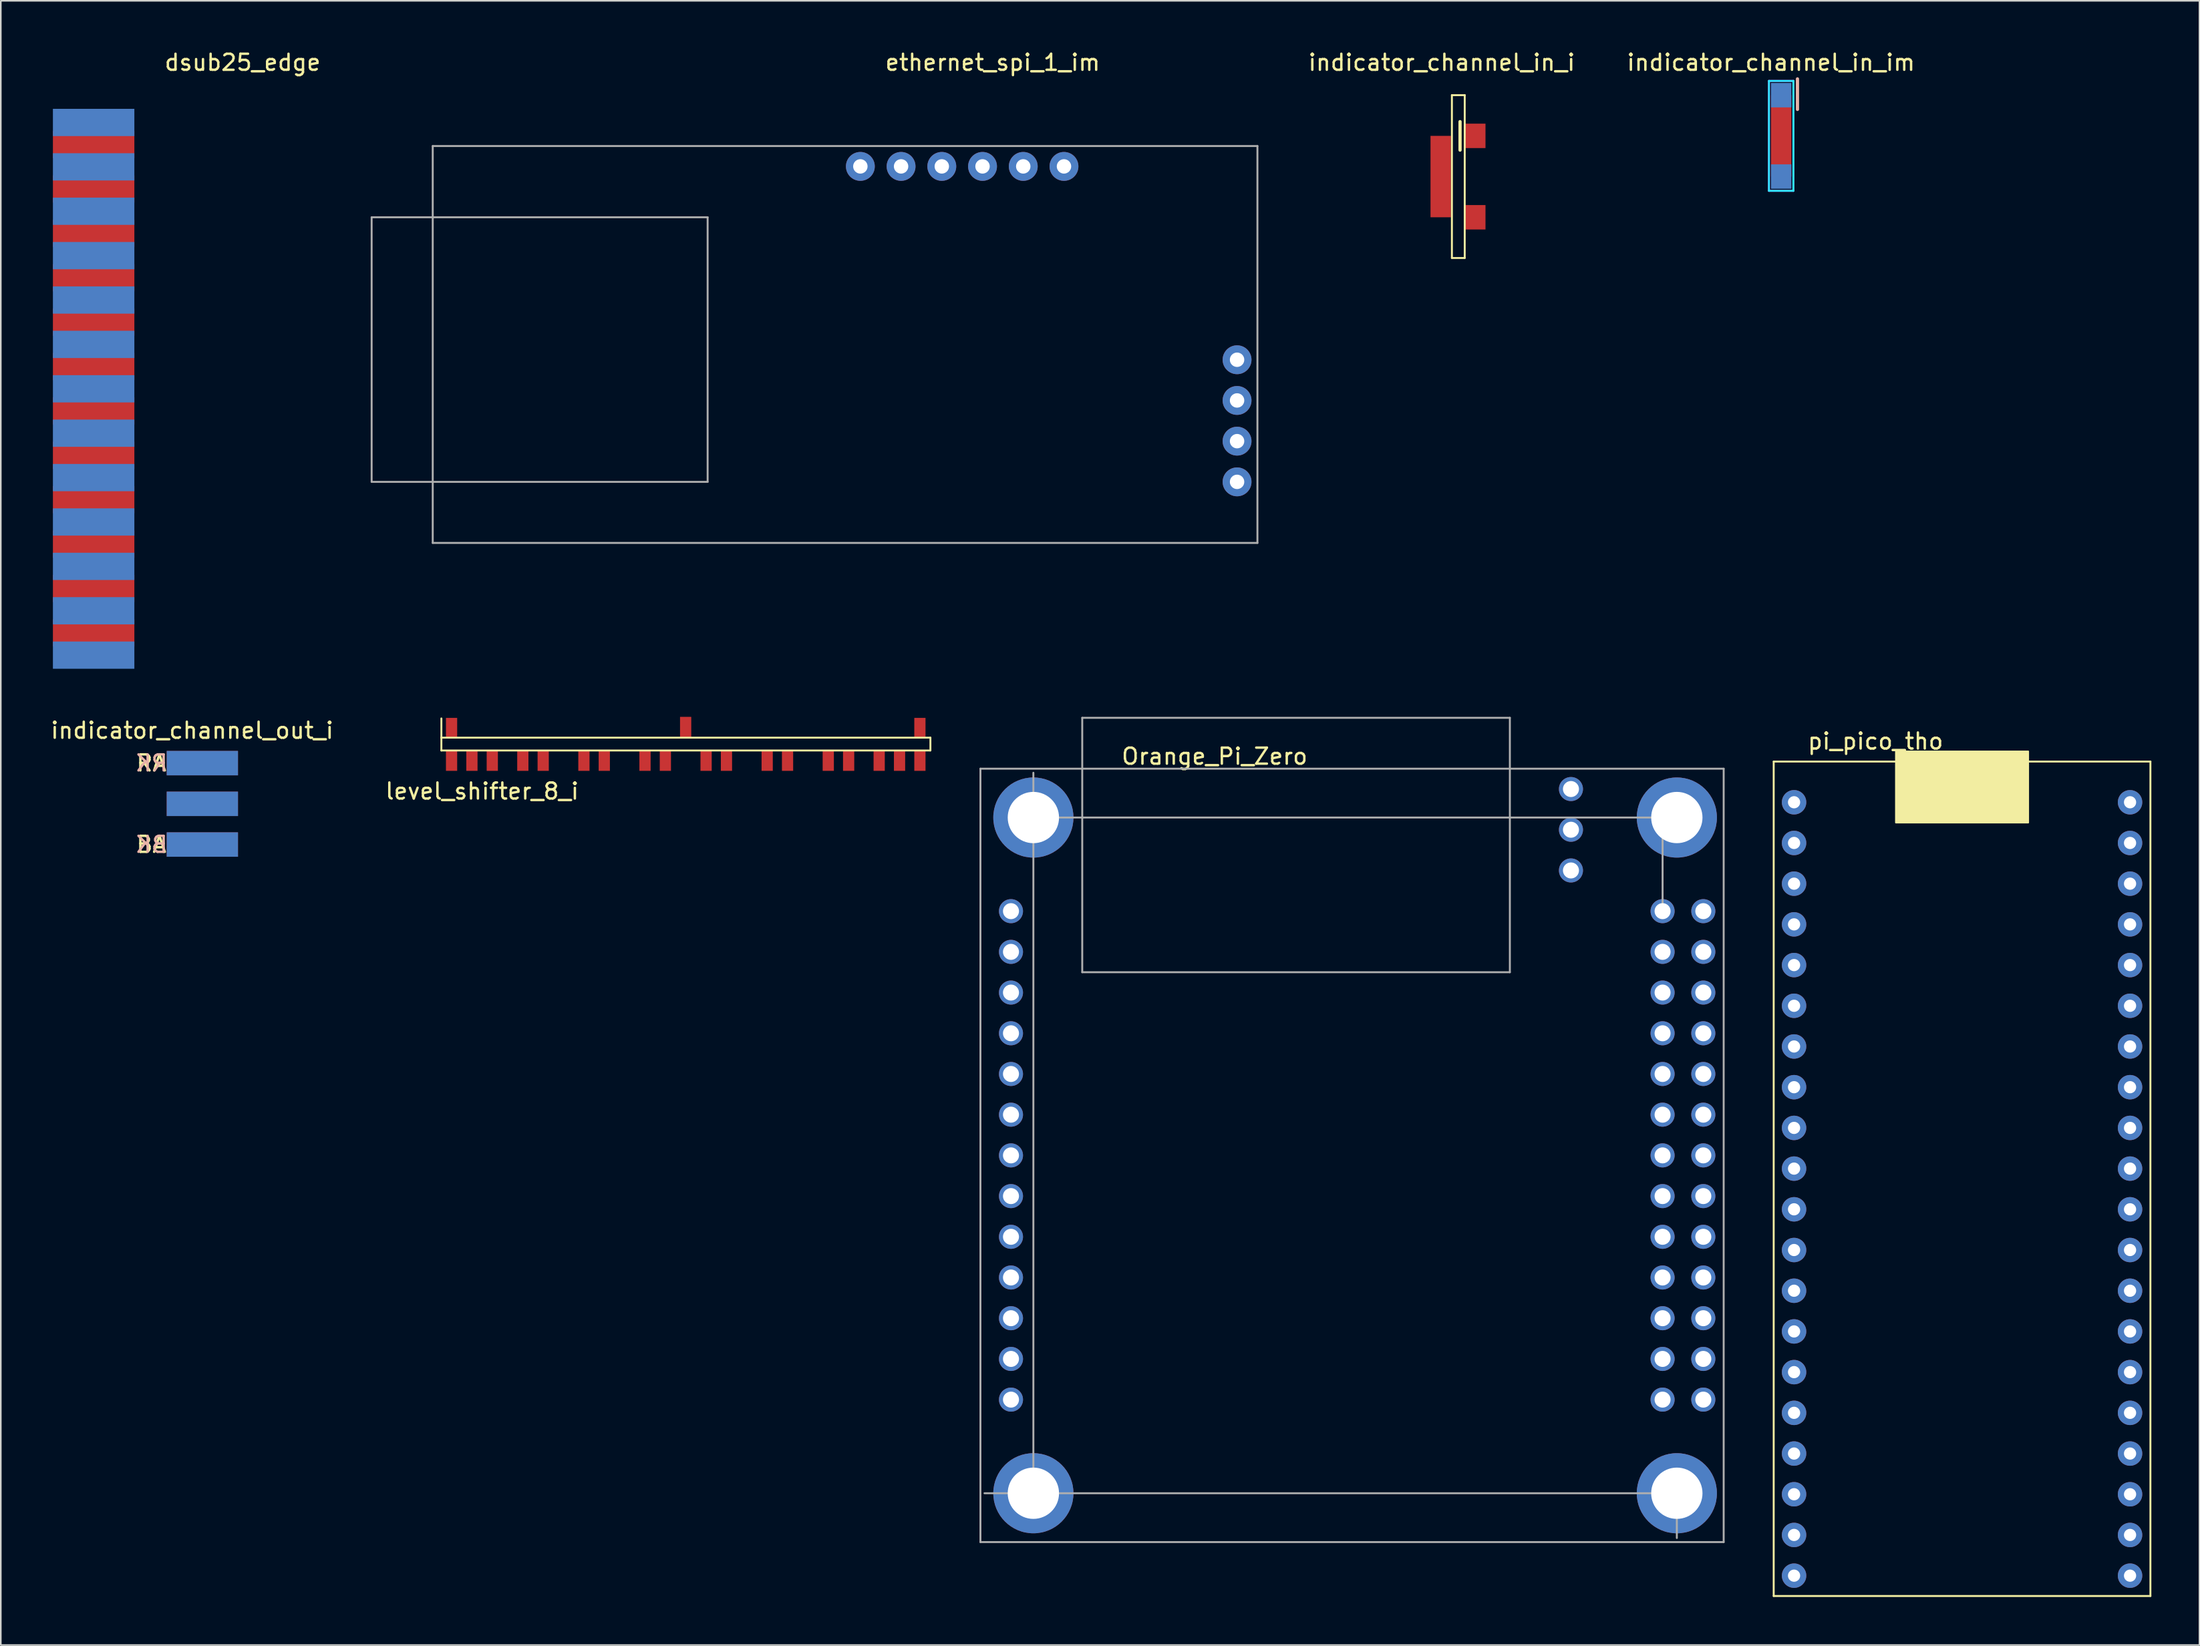
<source format=kicad_pcb>
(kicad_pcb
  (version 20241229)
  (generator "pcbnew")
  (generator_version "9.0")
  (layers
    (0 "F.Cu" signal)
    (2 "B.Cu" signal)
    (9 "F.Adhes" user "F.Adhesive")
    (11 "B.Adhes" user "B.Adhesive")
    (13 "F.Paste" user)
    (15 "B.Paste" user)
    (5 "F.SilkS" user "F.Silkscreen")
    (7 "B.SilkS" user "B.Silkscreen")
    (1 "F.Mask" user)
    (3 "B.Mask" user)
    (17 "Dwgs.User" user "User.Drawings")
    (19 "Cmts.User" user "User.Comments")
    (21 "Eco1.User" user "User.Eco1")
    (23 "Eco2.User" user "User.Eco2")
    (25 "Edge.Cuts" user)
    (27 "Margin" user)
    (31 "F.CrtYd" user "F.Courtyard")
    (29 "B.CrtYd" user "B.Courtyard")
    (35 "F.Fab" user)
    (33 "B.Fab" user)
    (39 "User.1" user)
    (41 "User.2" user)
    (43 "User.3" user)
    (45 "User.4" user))
  (footprint "indicator_channel_out_i"
    (layer "F.Cu")
    (at 8.935 42.029)
    (property "Reference" "indicator_channel_out_i" (at 0 0.5 0) (layer "F.SilkS") (effects (font (size 1 1) (thickness 0.15))))
    (attr through_hole)
    (fp_text user "RA" (at -2.54 2.54 0) (layer "F.SilkS") (effects (font (size 1 1) (thickness 0.15))))
    (fp_text user "BA" (at -2.54 7.62 0) (layer "F.SilkS") (effects (font (size 1 1) (thickness 0.15))))
    (fp_text user "RK" (at -2.54 2.54 0) (layer "B.SilkS") (effects (font (size 1 1) (thickness 0.15)) (justify mirror)))
    (fp_text user "BK" (at -2.54 7.62 0) (layer "B.SilkS") (effects (font (size 1 1) (thickness 0.15)) (justify mirror)))
    (pad "1" smd rect (at 0.635 2.54) (size 4.445 1.524) (layers "F.Cu" "F.Mask" "F.Paste"))
    (pad "2" smd rect (at 0.635 2.54) (size 4.445 1.524) (layers "B.Cu" "B.Mask" "B.Paste"))
    (pad "3" smd rect (at 0.635 7.62) (size 4.445 1.524) (layers "F.Cu" "F.Mask" "F.Paste"))
    (pad "4" smd rect (at 0.635 7.62) (size 4.445 1.524) (layers "B.Cu" "B.Mask" "B.Paste"))
    (pad "5" smd rect (at 0.635 5.08) (size 4.445 1.524) (layers "F.Cu" "F.Mask" "F.Paste"))
    (pad "6" smd rect (at 0.635 5.08) (size 4.445 1.524) (layers "B.Cu" "B.Mask" "B.Paste")))
  (footprint "pi_pico_tho"
    (layer "F.Cu")
    (at 113.923 41.931)
    (property "Reference" "pi_pico_tho" (at 0 1.27 0) (layer "F.SilkS") (effects (font (size 1 1) (thickness 0.15))))
    (attr through_hole)
    (fp_line (start -6.35 2.54) (end 17.145 2.54) (stroke (width 0.12) (type solid)) (layer "F.SilkS"))
    (fp_line (start -6.35 54.61) (end -6.35 2.54) (stroke (width 0.12) (type solid)) (layer "F.SilkS"))
    (fp_line (start 17.145 2.54) (end 17.145 54.61) (stroke (width 0.12) (type solid)) (layer "F.SilkS"))
    (fp_line (start 17.145 54.61) (end -6.35 54.61) (stroke (width 0.12) (type solid)) (layer "F.SilkS"))
    (fp_poly (pts (xy 9.525 6.35) (xy 1.27 6.35) (xy 1.27 1.905) (xy 9.525 1.905)) (stroke (width 0.1) (type solid)) (fill yes) (layer "F.SilkS"))
    (pad "1" thru_hole circle (at -5.08 5.08) (size 1.524 1.524) (drill 0.762) (layers "*.Cu" "*.Mask"))
    (pad "2" thru_hole circle (at -5.08 7.62) (size 1.524 1.524) (drill 0.762) (layers "*.Cu" "*.Mask"))
    (pad "3" thru_hole circle (at -5.08 10.16) (size 1.524 1.524) (drill 0.762) (layers "*.Cu" "*.Mask"))
    (pad "4" thru_hole circle (at -5.08 12.7) (size 1.524 1.524) (drill 0.762) (layers "*.Cu" "*.Mask"))
    (pad "5" thru_hole circle (at -5.08 15.24) (size 1.524 1.524) (drill 0.762) (layers "*.Cu" "*.Mask"))
    (pad "6" thru_hole circle (at -5.08 17.78) (size 1.524 1.524) (drill 0.762) (layers "*.Cu" "*.Mask"))
    (pad "7" thru_hole circle (at -5.08 20.32) (size 1.524 1.524) (drill 0.762) (layers "*.Cu" "*.Mask"))
    (pad "8" thru_hole circle (at -5.08 22.86) (size 1.524 1.524) (drill 0.762) (layers "*.Cu" "*.Mask"))
    (pad "9" thru_hole circle (at -5.08 25.4) (size 1.524 1.524) (drill 0.762) (layers "*.Cu" "*.Mask"))
    (pad "10" thru_hole circle (at -5.08 27.94) (size 1.524 1.524) (drill 0.762) (layers "*.Cu" "*.Mask"))
    (pad "11" thru_hole circle (at -5.08 30.48) (size 1.524 1.524) (drill 0.762) (layers "*.Cu" "*.Mask"))
    (pad "12" thru_hole circle (at -5.08 33.02) (size 1.524 1.524) (drill 0.762) (layers "*.Cu" "*.Mask"))
    (pad "13" thru_hole circle (at -5.08 35.56) (size 1.524 1.524) (drill 0.762) (layers "*.Cu" "*.Mask"))
    (pad "14" thru_hole circle (at -5.08 38.1) (size 1.524 1.524) (drill 0.762) (layers "*.Cu" "*.Mask"))
    (pad "15" thru_hole circle (at -5.08 40.64) (size 1.524 1.524) (drill 0.762) (layers "*.Cu" "*.Mask"))
    (pad "16" thru_hole circle (at -5.08 43.18) (size 1.524 1.524) (drill 0.762) (layers "*.Cu" "*.Mask"))
    (pad "17" thru_hole circle (at -5.08 45.72) (size 1.524 1.524) (drill 0.762) (layers "*.Cu" "*.Mask"))
    (pad "18" thru_hole circle (at -5.08 48.26) (size 1.524 1.524) (drill 0.762) (layers "*.Cu" "*.Mask"))
    (pad "19" thru_hole circle (at -5.08 50.8) (size 1.524 1.524) (drill 0.762) (layers "*.Cu" "*.Mask"))
    (pad "20" thru_hole circle (at -5.08 53.34) (size 1.524 1.524) (drill 0.762) (layers "*.Cu" "*.Mask"))
    (pad "21" thru_hole circle (at 15.875 53.34) (size 1.524 1.524) (drill 0.762) (layers "*.Cu" "*.Mask"))
    (pad "22" thru_hole circle (at 15.875 50.8) (size 1.524 1.524) (drill 0.762) (layers "*.Cu" "*.Mask"))
    (pad "23" thru_hole circle (at 15.875 48.26) (size 1.524 1.524) (drill 0.762) (layers "*.Cu" "*.Mask"))
    (pad "24" thru_hole circle (at 15.875 45.72) (size 1.524 1.524) (drill 0.762) (layers "*.Cu" "*.Mask"))
    (pad "25" thru_hole circle (at 15.875 43.18) (size 1.524 1.524) (drill 0.762) (layers "*.Cu" "*.Mask"))
    (pad "26" thru_hole circle (at 15.875 40.64) (size 1.524 1.524) (drill 0.762) (layers "*.Cu" "*.Mask"))
    (pad "27" thru_hole circle (at 15.875 38.1) (size 1.524 1.524) (drill 0.762) (layers "*.Cu" "*.Mask"))
    (pad "28" thru_hole circle (at 15.875 35.56) (size 1.524 1.524) (drill 0.762) (layers "*.Cu" "*.Mask"))
    (pad "29" thru_hole circle (at 15.875 33.02) (size 1.524 1.524) (drill 0.762) (layers "*.Cu" "*.Mask"))
    (pad "30" thru_hole circle (at 15.875 30.48) (size 1.524 1.524) (drill 0.762) (layers "*.Cu" "*.Mask"))
    (pad "31" thru_hole circle (at 15.875 27.94) (size 1.524 1.524) (drill 0.762) (layers "*.Cu" "*.Mask"))
    (pad "32" thru_hole circle (at 15.875 25.4) (size 1.524 1.524) (drill 0.762) (layers "*.Cu" "*.Mask"))
    (pad "33" thru_hole circle (at 15.875 22.86) (size 1.524 1.524) (drill 0.762) (layers "*.Cu" "*.Mask"))
    (pad "34" thru_hole circle (at 15.875 20.32) (size 1.524 1.524) (drill 0.762) (layers "*.Cu" "*.Mask"))
    (pad "35" thru_hole circle (at 15.875 15.24) (size 1.524 1.524) (drill 0.762) (layers "*.Cu" "*.Mask"))
    (pad "36" thru_hole circle (at 15.875 17.78) (size 1.524 1.524) (drill 0.762) (layers "*.Cu" "*.Mask"))
    (pad "37" thru_hole circle (at 15.875 12.7) (size 1.524 1.524) (drill 0.762) (layers "*.Cu" "*.Mask"))
    (pad "38" thru_hole circle (at 15.875 10.16) (size 1.524 1.524) (drill 0.762) (layers "*.Cu" "*.Mask"))
    (pad "39" thru_hole circle (at 15.875 7.62) (size 1.524 1.524) (drill 0.762) (layers "*.Cu" "*.Mask"))
    (pad "40" thru_hole circle (at 15.875 5.08) (size 1.524 1.524) (drill 0.762) (layers "*.Cu" "*.Mask")))
  (footprint "indicator_channel_in_i"
    (layer "F.Cu")
    (at 86.868 0.348)
    (property "Reference" "indicator_channel_in_i" (at 0 0.5 0) (layer "F.SilkS") (effects (font (size 1 1) (thickness 0.15))))
    (attr through_hole)
    (fp_line (start 0.635 2.54) (end 0.635 12.7) (stroke (width 0.12) (type solid)) (layer "F.SilkS"))
    (fp_line (start 0.635 2.54) (end 1.435 2.54) (stroke (width 0.12) (type solid)) (layer "F.SilkS"))
    (fp_line (start 0.635 12.7) (end 1.435 12.7) (stroke (width 0.12) (type solid)) (layer "F.SilkS"))
    (fp_line (start 1.143 5.969) (end 1.143 4.191) (stroke (width 0.2) (type solid)) (layer "F.SilkS"))
    (fp_line (start 1.435 12.7) (end 1.435 2.54) (stroke (width 0.12) (type solid)) (layer "F.SilkS"))
    (pad "1" smd rect (at 2.095 5.08) (size 1.27 1.524) (layers "F.Cu" "F.Mask" "F.Paste"))
    (pad "2" smd rect (at 2.095 10.16) (size 1.27 1.524) (layers "F.Cu" "F.Mask" "F.Paste"))
    (pad "3" smd rect (at -0.064 7.62) (size 1.27 5.08) (layers "F.Cu" "F.Mask" "F.Paste")))
  (footprint "level_shifter_8_i"
    (layer "F.Cu")
    (at 25.113 44.416)
    (property "Reference" "level_shifter_8_i" (at 1.905 1.905 0) (layer "F.SilkS") (effects (font (size 1 1) (thickness 0.15))))
    (attr through_hole)
    (fp_line (start -0.635 -1.435) (end -0.635 -2.635) (stroke (width 0.12) (type solid)) (layer "F.SilkS"))
    (fp_line (start -0.635 -1.435) (end 29.865 -1.435) (stroke (width 0.12) (type solid)) (layer "F.SilkS"))
    (fp_line (start -0.635 -0.635) (end -0.635 -1.435) (stroke (width 0.12) (type solid)) (layer "F.SilkS"))
    (fp_line (start -0.635 -0.635) (end 29.845 -0.635) (stroke (width 0.12) (type solid)) (layer "F.SilkS"))
    (fp_line (start 29.865 -1.435) (end 29.865 -0.635) (stroke (width 0.12) (type solid)) (layer "F.SilkS"))
    (pad "1" smd rect (at 0 0) (size 0.7 1.27) (layers "F.Cu" "F.Mask" "F.Paste"))
    (pad "1" smd rect (at 29.21 0) (size 0.7 1.27) (layers "F.Cu" "F.Mask" "F.Paste"))
    (pad "2" smd rect (at 0 -2.035) (size 0.7 1.27) (layers "F.Cu" "F.Mask" "F.Paste"))
    (pad "2" smd rect (at 29.21 -2.035) (size 0.7 1.27) (layers "F.Cu" "F.Mask" "F.Paste"))
    (pad "3" smd rect (at 1.27 0) (size 0.7 1.27) (layers "F.Cu" "F.Mask" "F.Paste"))
    (pad "4" smd rect (at 2.54 0) (size 0.7 1.27) (layers "F.Cu" "F.Mask" "F.Paste"))
    (pad "5" smd rect (at 4.445 0) (size 0.7 1.27) (layers "F.Cu" "F.Mask" "F.Paste"))
    (pad "6" smd rect (at 5.715 0) (size 0.7 1.27) (layers "F.Cu" "F.Mask" "F.Paste"))
    (pad "7" smd rect (at 8.255 0) (size 0.7 1.27) (layers "F.Cu" "F.Mask" "F.Paste"))
    (pad "8" smd rect (at 9.525 0) (size 0.7 1.27) (layers "F.Cu" "F.Mask" "F.Paste"))
    (pad "9" smd rect (at 12.065 0) (size 0.7 1.27) (layers "F.Cu" "F.Mask" "F.Paste"))
    (pad "10" smd rect (at 13.335 0) (size 0.7 1.27) (layers "F.Cu" "F.Mask" "F.Paste"))
    (pad "11" smd rect (at 15.875 0) (size 0.7 1.27) (layers "F.Cu" "F.Mask" "F.Paste"))
    (pad "12" smd rect (at 17.145 0) (size 0.7 1.27) (layers "F.Cu" "F.Mask" "F.Paste"))
    (pad "13" smd rect (at 19.685 0) (size 0.7 1.27) (layers "F.Cu" "F.Mask" "F.Paste"))
    (pad "14" smd rect (at 20.955 0) (size 0.7 1.27) (layers "F.Cu" "F.Mask" "F.Paste"))
    (pad "15" smd rect (at 23.495 0) (size 0.7 1.27) (layers "F.Cu" "F.Mask" "F.Paste"))
    (pad "16" smd rect (at 24.765 0) (size 0.7 1.27) (layers "F.Cu" "F.Mask" "F.Paste"))
    (pad "17" smd rect (at 26.67 0) (size 0.7 1.27) (layers "F.Cu" "F.Mask" "F.Paste"))
    (pad "18" smd rect (at 27.94 0) (size 0.7 1.27) (layers "F.Cu" "F.Mask" "F.Paste"))
    (pad "19" smd rect (at 14.6 -2.1) (size 0.7 1.27) (layers "F.Cu" "F.Mask" "F.Paste")))
  (footprint "indicator_channel_in_im"
    (layer "F.Cu")
    (at 107.404 0.348)
    (property "Reference" "indicator_channel_in_im" (at 0 0.5 0) (layer "F.SilkS") (effects (font (size 1 1) (thickness 0.15))))
    (attr through_hole)
    (fp_line (start 1.651 1.524) (end 1.651 3.429) (stroke (width 0.2) (type solid)) (layer "B.SilkS"))
    (fp_line (start -0.127 1.651) (end 1.397 1.651) (stroke (width 0.12) (type solid)) (layer "B.CrtYd"))
    (fp_line (start -0.127 8.509) (end -0.127 1.651) (stroke (width 0.12) (type solid)) (layer "B.CrtYd"))
    (fp_line (start 1.397 1.651) (end 1.397 8.509) (stroke (width 0.12) (type solid)) (layer "B.CrtYd"))
    (fp_line (start 1.397 8.509) (end -0.127 8.509) (stroke (width 0.12) (type solid)) (layer "B.CrtYd"))
    (fp_line (start -0.127 1.651) (end 1.397 1.651) (stroke (width 0.12) (type solid)) (layer "F.CrtYd"))
    (fp_line (start -0.127 8.509) (end -0.127 1.651) (stroke (width 0.12) (type solid)) (layer "F.CrtYd"))
    (fp_line (start 1.397 1.651) (end 1.397 8.509) (stroke (width 0.12) (type solid)) (layer "F.CrtYd"))
    (fp_line (start 1.397 8.509) (end -0.127 8.509) (stroke (width 0.12) (type solid)) (layer "F.CrtYd"))
    (pad "1" smd rect (at 0.635 2.54) (size 1.27 1.524) (layers "B.Cu" "B.Mask" "B.Paste"))
    (pad "2" smd rect (at 0.635 7.62) (size 1.27 1.524) (layers "B.Cu" "B.Mask" "B.Paste"))
    (pad "3" smd rect (at 0.635 5.08) (size 1.27 5.08) (layers "F.Cu" "F.Mask" "F.Paste")))
  (footprint "dsub25_edge"
    (layer "F.Cu")
    (at 0.25 2.101)
    (property "Reference" "dsub25_edge" (at 11.836 -1.253 0) (layer "F.SilkS") (effects (font (size 1 1) (thickness 0.15))))
    (attr through_hole)
    (pad "1" smd rect (at 2.54 2.49) (size 5.08 1.7) (layers "B.Cu" "B.Mask" "B.Paste"))
    (pad "2" smd rect (at 2.54 5.26) (size 5.08 1.7) (layers "B.Cu" "B.Mask" "B.Paste"))
    (pad "3" smd rect (at 2.54 8.03) (size 5.08 1.7) (layers "B.Cu" "B.Mask" "B.Paste"))
    (pad "4" smd rect (at 2.54 10.8) (size 5.08 1.7) (layers "B.Cu" "B.Mask" "B.Paste"))
    (pad "5" smd rect (at 2.54 13.57) (size 5.08 1.7) (layers "B.Cu" "B.Mask" "B.Paste"))
    (pad "6" smd rect (at 2.54 16.34) (size 5.08 1.7) (layers "B.Cu" "B.Mask" "B.Paste"))
    (pad "7" smd rect (at 2.54 19.11) (size 5.08 1.7) (layers "B.Cu" "B.Mask" "B.Paste"))
    (pad "8" smd rect (at 2.54 21.88) (size 5.08 1.7) (layers "B.Cu" "B.Mask" "B.Paste"))
    (pad "9" smd rect (at 2.54 24.65) (size 5.08 1.7) (layers "B.Cu" "B.Mask" "B.Paste"))
    (pad "10" smd rect (at 2.54 27.42) (size 5.08 1.7) (layers "B.Cu" "B.Mask" "B.Paste"))
    (pad "11" smd rect (at 2.54 30.19) (size 5.08 1.7) (layers "B.Cu" "B.Mask" "B.Paste"))
    (pad "12" smd rect (at 2.54 32.96) (size 5.08 1.7) (layers "B.Cu" "B.Mask" "B.Paste"))
    (pad "13" smd rect (at 2.54 35.73) (size 5.08 1.7) (layers "B.Cu" "B.Mask" "B.Paste"))
    (pad "14" smd rect (at 2.54 3.87) (size 5.08 1.7) (layers "F.Cu" "F.Mask" "F.Paste"))
    (pad "15" smd rect (at 2.54 6.64) (size 5.08 1.7) (layers "F.Cu" "F.Mask" "F.Paste"))
    (pad "16" smd rect (at 2.54 9.41) (size 5.08 1.7) (layers "F.Cu" "F.Mask" "F.Paste"))
    (pad "17" smd rect (at 2.54 12.18) (size 5.08 1.7) (layers "F.Cu" "F.Mask" "F.Paste"))
    (pad "18" smd rect (at 2.54 14.95) (size 5.08 1.7) (layers "F.Cu" "F.Mask" "F.Paste"))
    (pad "19" smd rect (at 2.54 17.72) (size 5.08 1.7) (layers "F.Cu" "F.Mask" "F.Paste"))
    (pad "20" smd rect (at 2.54 20.49) (size 5.08 1.7) (layers "F.Cu" "F.Mask" "F.Paste"))
    (pad "21" smd rect (at 2.54 23.26) (size 5.08 1.7) (layers "F.Cu" "F.Mask" "F.Paste"))
    (pad "22" smd rect (at 2.54 26.03) (size 5.08 1.7) (layers "F.Cu" "F.Mask" "F.Paste"))
    (pad "23" smd rect (at 2.54 28.8) (size 5.08 1.7) (layers "F.Cu" "F.Mask" "F.Paste"))
    (pad "24" smd rect (at 2.54 31.57) (size 5.08 1.7) (layers "F.Cu" "F.Mask" "F.Paste"))
    (pad "25" smd rect (at 2.54 34.34) (size 5.08 1.7) (layers "F.Cu" "F.Mask" "F.Paste")))
  (footprint "Orange_Pi_Zero"
    (layer "F.Cu")
    (at 72.703 43.646)
    (property "Reference" "Orange_Pi_Zero" (at 0 0.5 0) (layer "F.SilkS") (effects (font (size 1 1) (thickness 0.15))))
    (attr through_hole)
    (fp_line (start -14.605 1.27) (end -14.605 49.53) (stroke (width 0.12) (type solid)) (layer "F.Fab"))
    (fp_line (start -11.303 4.318) (end -11.303 1.524) (stroke (width 0.12) (type solid)) (layer "F.Fab"))
    (fp_line (start -11.303 4.318) (end -11.303 46.482) (stroke (width 0.12) (type solid)) (layer "F.Fab"))
    (fp_line (start -11.303 46.482) (end -14.351 46.482) (stroke (width 0.12) (type solid)) (layer "F.Fab"))
    (fp_line (start -11.303 46.482) (end 28.829 46.482) (stroke (width 0.12) (type solid)) (layer "F.Fab"))
    (fp_line (start -8.255 -1.905) (end -8.255 13.97) (stroke (width 0.12) (type solid)) (layer "F.Fab"))
    (fp_line (start -8.255 -1.905) (end 18.415 -1.905) (stroke (width 0.12) (type solid)) (layer "F.Fab"))
    (fp_line (start -8.255 13.97) (end 18.415 13.97) (stroke (width 0.12) (type solid)) (layer "F.Fab"))
    (fp_line (start 18.415 -1.905) (end 18.415 13.97) (stroke (width 0.12) (type solid)) (layer "F.Fab"))
    (fp_line (start 27.94 4.318) (end 28.829 4.318) (stroke (width 0.12) (type solid)) (layer "F.Fab"))
    (fp_line (start 27.94 10.16) (end 27.94 4.318) (stroke (width 0.12) (type solid)) (layer "F.Fab"))
    (fp_line (start 28.829 4.318) (end -11.303 4.318) (stroke (width 0.12) (type solid)) (layer "F.Fab"))
    (fp_line (start 28.829 46.482) (end 28.829 49.276) (stroke (width 0.12) (type solid)) (layer "F.Fab"))
    (fp_line (start 31.75 1.27) (end -14.605 1.27) (stroke (width 0.12) (type solid)) (layer "F.Fab"))
    (fp_line (start 31.75 1.27) (end 31.75 49.53) (stroke (width 0.12) (type solid)) (layer "F.Fab"))
    (fp_line (start 31.75 49.53) (end -14.605 49.53) (stroke (width 0.12) (type solid)) (layer "F.Fab"))
    (pad "1" thru_hole circle (at -12.7 10.16) (size 1.5 1.5) (drill 1) (layers "*.Cu" "*.Mask"))
    (pad "2" thru_hole circle (at -12.7 12.7) (size 1.5 1.5) (drill 1) (layers "*.Cu" "*.Mask"))
    (pad "3" thru_hole circle (at -12.7 15.24) (size 1.5 1.5) (drill 1) (layers "*.Cu" "*.Mask"))
    (pad "4" thru_hole circle (at -12.7 17.78) (size 1.5 1.5) (drill 1) (layers "*.Cu" "*.Mask"))
    (pad "5" thru_hole circle (at -12.7 20.32) (size 1.5 1.5) (drill 1) (layers "*.Cu" "*.Mask"))
    (pad "6" thru_hole circle (at -12.7 22.86) (size 1.5 1.5) (drill 1) (layers "*.Cu" "*.Mask"))
    (pad "7" thru_hole circle (at -12.7 25.4) (size 1.5 1.5) (drill 1) (layers "*.Cu" "*.Mask"))
    (pad "8" thru_hole circle (at -12.7 27.94) (size 1.5 1.5) (drill 1) (layers "*.Cu" "*.Mask"))
    (pad "9" thru_hole circle (at -12.7 30.48) (size 1.5 1.5) (drill 1) (layers "*.Cu" "*.Mask"))
    (pad "10" thru_hole circle (at -12.7 33.02) (size 1.5 1.5) (drill 1) (layers "*.Cu" "*.Mask"))
    (pad "11" thru_hole circle (at -12.7 35.56) (size 1.5 1.5) (drill 1) (layers "*.Cu" "*.Mask"))
    (pad "12" thru_hole circle (at -12.7 38.1) (size 1.5 1.5) (drill 1) (layers "*.Cu" "*.Mask"))
    (pad "13" thru_hole circle (at -12.7 40.64) (size 1.5 1.5) (drill 1) (layers "*.Cu" "*.Mask"))
    (pad "14" thru_hole circle (at 22.225 2.54) (size 1.5 1.5) (drill 1) (layers "*.Cu" "*.Mask"))
    (pad "15" thru_hole circle (at 22.225 5.08) (size 1.5 1.5) (drill 1) (layers "*.Cu" "*.Mask"))
    (pad "16" thru_hole circle (at 22.225 7.62) (size 1.5 1.5) (drill 1) (layers "*.Cu" "*.Mask"))
    (pad "17" thru_hole circle (at 27.94 10.16) (size 1.5 1.5) (drill 1) (layers "*.Cu" "*.Mask"))
    (pad "18" thru_hole circle (at 27.94 12.7) (size 1.5 1.5) (drill 1) (layers "*.Cu" "*.Mask"))
    (pad "19" thru_hole circle (at 27.94 15.24) (size 1.5 1.5) (drill 1) (layers "*.Cu" "*.Mask"))
    (pad "20" thru_hole circle (at 27.94 17.78) (size 1.5 1.5) (drill 1) (layers "*.Cu" "*.Mask"))
    (pad "21" thru_hole circle (at 27.94 20.32) (size 1.5 1.5) (drill 1) (layers "*.Cu" "*.Mask"))
    (pad "22" thru_hole circle (at 27.94 22.86) (size 1.5 1.5) (drill 1) (layers "*.Cu" "*.Mask"))
    (pad "23" thru_hole circle (at 27.94 25.4) (size 1.5 1.5) (drill 1) (layers "*.Cu" "*.Mask"))
    (pad "24" thru_hole circle (at 27.94 27.94) (size 1.5 1.5) (drill 1) (layers "*.Cu" "*.Mask"))
    (pad "25" thru_hole circle (at 27.94 30.48) (size 1.5 1.5) (drill 1) (layers "*.Cu" "*.Mask"))
    (pad "26" thru_hole circle (at 27.94 33.02) (size 1.5 1.5) (drill 1) (layers "*.Cu" "*.Mask"))
    (pad "27" thru_hole circle (at 27.94 35.56) (size 1.5 1.5) (drill 1) (layers "*.Cu" "*.Mask"))
    (pad "28" thru_hole circle (at 27.94 38.1) (size 1.5 1.5) (drill 1) (layers "*.Cu" "*.Mask"))
    (pad "29" thru_hole circle (at 27.94 40.64) (size 1.5 1.5) (drill 1) (layers "*.Cu" "*.Mask"))
    (pad "30" thru_hole circle (at 30.48 10.16) (size 1.5 1.5) (drill 1) (layers "*.Cu" "*.Mask"))
    (pad "31" thru_hole circle (at 30.48 12.7) (size 1.5 1.5) (drill 1) (layers "*.Cu" "*.Mask"))
    (pad "32" thru_hole circle (at 30.48 15.24) (size 1.5 1.5) (drill 1) (layers "*.Cu" "*.Mask"))
    (pad "33" thru_hole circle (at 30.48 17.78) (size 1.5 1.5) (drill 1) (layers "*.Cu" "*.Mask"))
    (pad "34" thru_hole circle (at 30.48 20.32) (size 1.5 1.5) (drill 1) (layers "*.Cu" "*.Mask"))
    (pad "35" thru_hole circle (at 30.48 22.86) (size 1.5 1.5) (drill 1) (layers "*.Cu" "*.Mask"))
    (pad "36" thru_hole circle (at 30.48 25.4) (size 1.5 1.5) (drill 1) (layers "*.Cu" "*.Mask"))
    (pad "37" thru_hole circle (at 30.48 27.94) (size 1.5 1.5) (drill 1) (layers "*.Cu" "*.Mask"))
    (pad "38" thru_hole circle (at 30.48 30.48) (size 1.5 1.5) (drill 1) (layers "*.Cu" "*.Mask"))
    (pad "39" thru_hole circle (at 30.48 33.02) (size 1.5 1.5) (drill 1) (layers "*.Cu" "*.Mask"))
    (pad "40" thru_hole circle (at 30.48 35.56) (size 1.5 1.5) (drill 1) (layers "*.Cu" "*.Mask"))
    (pad "41" thru_hole circle (at 30.48 38.1) (size 1.5 1.5) (drill 1) (layers "*.Cu" "*.Mask"))
    (pad "42" thru_hole circle (at 30.48 40.64) (size 1.5 1.5) (drill 1) (layers "*.Cu" "*.Mask"))
    (pad "43" thru_hole circle (at -11.303 4.318) (size 5 5) (drill 3.2) (layers "*.Cu" "*.Mask"))
    (pad "43" thru_hole circle (at -11.303 46.482) (size 5 5) (drill 3.2) (layers "*.Cu" "*.Mask"))
    (pad "43" thru_hole circle (at 28.829 4.318) (size 5 5) (drill 3.2) (layers "*.Cu" "*.Mask"))
    (pad "43" thru_hole circle (at 28.829 46.482) (size 5 5) (drill 3.2) (layers "*.Cu" "*.Mask")))
  (footprint "ethernet_spi_1_im"
    (layer "F.Cu")
    (at 58.864 0.348)
    (property "Reference" "ethernet_spi_1_im" (at 0 0.5 0) (layer "F.SilkS") (effects (font (size 1 1) (thickness 0.15))))
    (attr through_hole)
    (fp_line (start -38.735 10.16) (end -38.735 26.67) (stroke (width 0.12) (type solid)) (layer "F.Fab"))
    (fp_line (start -38.735 10.16) (end -17.78 10.16) (stroke (width 0.12) (type solid)) (layer "F.Fab"))
    (fp_line (start -38.735 26.67) (end -17.78 26.67) (stroke (width 0.12) (type solid)) (layer "F.Fab"))
    (fp_line (start -34.925 5.715) (end -34.925 30.48) (stroke (width 0.12) (type solid)) (layer "F.Fab"))
    (fp_line (start -34.925 5.715) (end 16.51 5.715) (stroke (width 0.12) (type solid)) (layer "F.Fab"))
    (fp_line (start -34.925 30.48) (end 16.51 30.48) (stroke (width 0.12) (type solid)) (layer "F.Fab"))
    (fp_line (start -17.78 10.16) (end -17.78 26.67) (stroke (width 0.12) (type solid)) (layer "F.Fab"))
    (fp_line (start 16.51 5.715) (end 16.51 30.48) (stroke (width 0.12) (type solid)) (layer "F.Fab"))
    (pad "1" thru_hole circle (at -8.255 6.985) (size 1.8 1.8) (drill 0.9) (layers "*.Cu" "*.Mask"))
    (pad "2" thru_hole circle (at -5.715 6.985) (size 1.8 1.8) (drill 0.9) (layers "*.Cu" "*.Mask"))
    (pad "3" thru_hole circle (at -3.175 6.985) (size 1.8 1.8) (drill 0.9) (layers "*.Cu" "*.Mask"))
    (pad "4" thru_hole circle (at -0.635 6.985) (size 1.8 1.8) (drill 0.9) (layers "*.Cu" "*.Mask"))
    (pad "5" thru_hole circle (at 1.905 6.985) (size 1.8 1.8) (drill 0.9) (layers "*.Cu" "*.Mask"))
    (pad "6" thru_hole circle (at 4.445 6.985) (size 1.8 1.8) (drill 0.9) (layers "*.Cu" "*.Mask"))
    (pad "7" thru_hole circle (at 15.24 19.05) (size 1.8 1.8) (drill 0.9) (layers "*.Cu" "*.Mask"))
    (pad "7" thru_hole circle (at 15.24 21.59) (size 1.8 1.8) (drill 0.9) (layers "*.Cu" "*.Mask"))
    (pad "8" thru_hole circle (at 15.24 24.13) (size 1.8 1.8) (drill 0.9) (layers "*.Cu" "*.Mask"))
    (pad "8" thru_hole circle (at 15.24 26.67) (size 1.8 1.8) (drill 0.9) (layers "*.Cu" "*.Mask")))
  (gr_rect
    (start -3 -3)
    (end 134.128 99.601)
    (stroke (width 0.1) (type default))
    (fill no)
    (layer "Edge.Cuts")))
</source>
